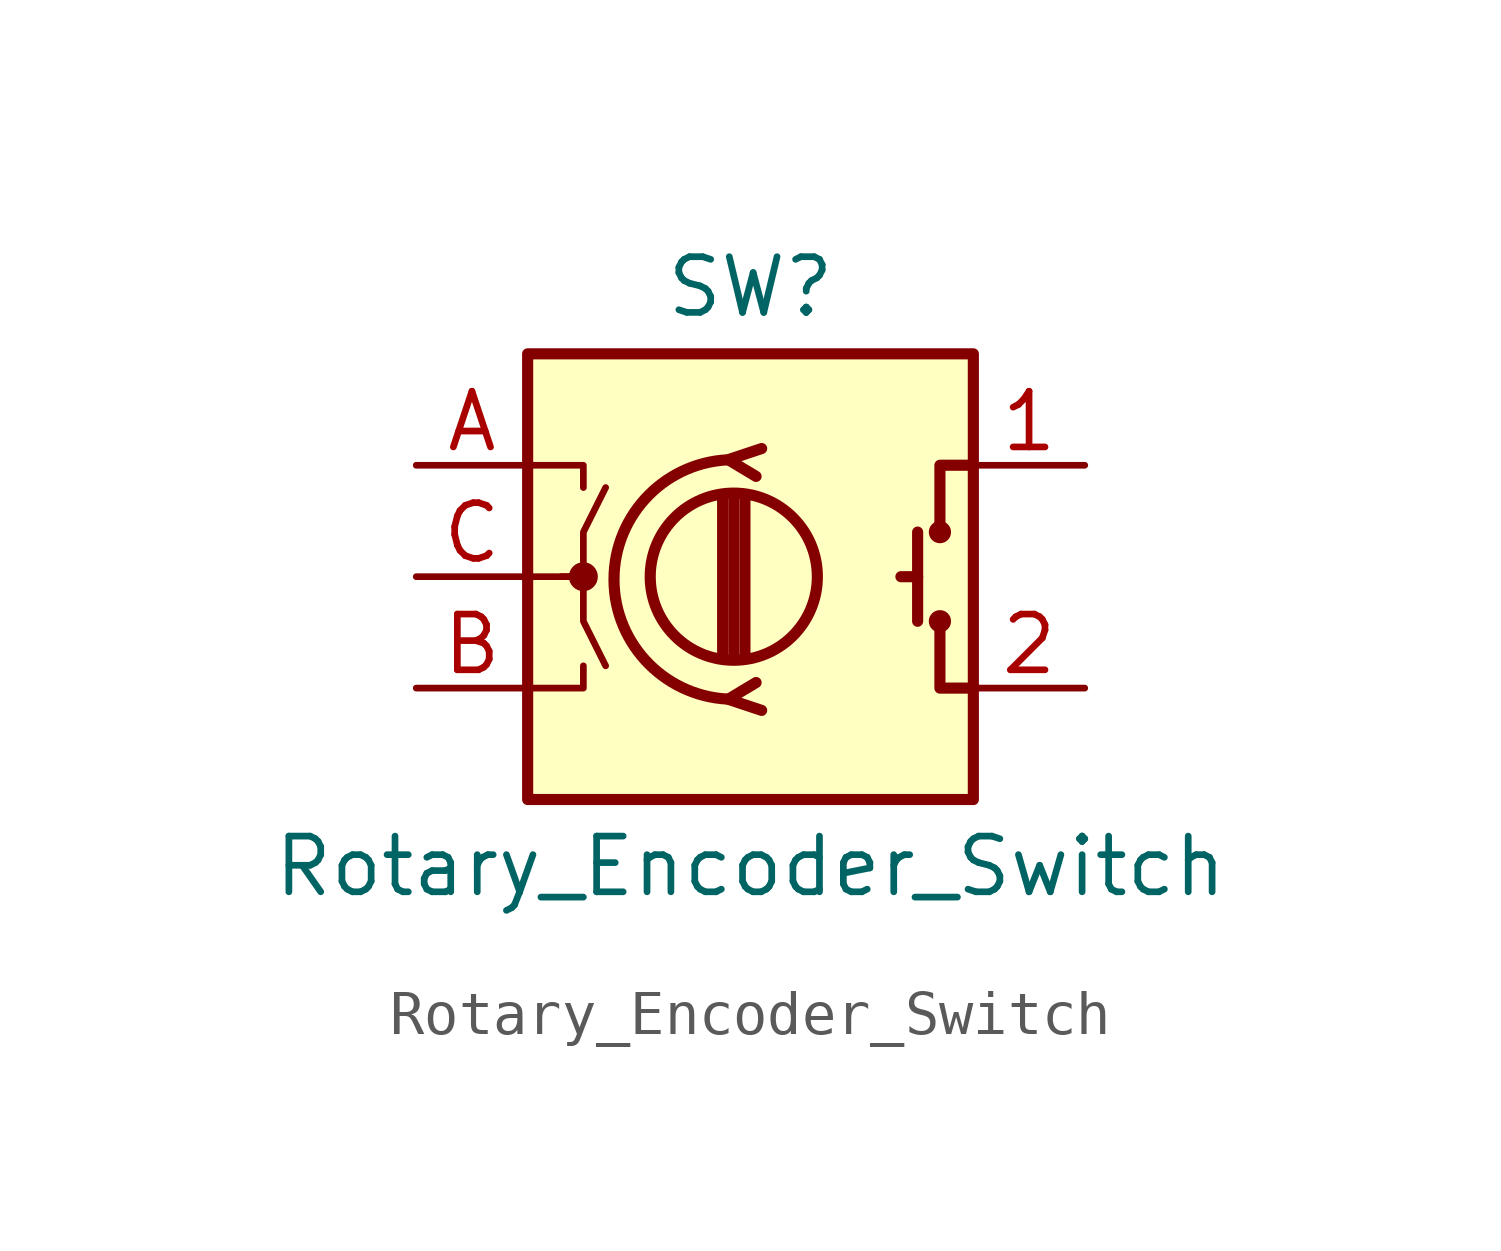
<source format=kicad_sym>
(kicad_symbol_lib
  (version 20220914)
  (generator kicad_symbol_editor)
  (symbol "Rotary_Encoder_Switch"
    (pin_names
      (offset 0.254) hide)
    (property "Reference" "SW"
      (at 0 6.604 0)
      (effects (font (size 1.27 1.27))))
    (property "Value" "Rotary_Encoder_Switch"
      (at 0 -6.604 0)
      (effects (font (size 1.27 1.27))))
    (symbol "Rotary_Encoder_Switch_0_1"
      (rectangle (start -5.08 5.08) (end 5.08 -5.08) (stroke (width 0.254) (type default)) (fill (type background)))
      (circle (center -3.81 0) (radius 0.254) (stroke (width 0) (type default)) (fill (type outline)))
      (circle (center -0.381 0) (radius 1.905) (stroke (width 0.254) (type default)) (fill (type none)))
      (arc (start -0.381 2.667) (mid -3.0988 -0.0635) (end -0.381 -2.794) (stroke (width 0.254) (type default)) (fill (type none)))
      (polyline (pts (xy -0.635 -1.778) (xy -0.635 1.778)) (stroke (width 0.254) (type default)) (fill (type none)))
      (polyline (pts (xy -0.381 -1.778) (xy -0.381 1.778)) (stroke (width 0.254) (type default)) (fill (type none)))
      (polyline (pts (xy -0.127 1.778) (xy -0.127 -1.778)) (stroke (width 0.254) (type default)) (fill (type none)))
      (polyline (pts (xy 3.81 0) (xy 3.429 0)) (stroke (width 0.254) (type default)) (fill (type none)))
      (polyline (pts (xy 3.81 1.016) (xy 3.81 -1.016)) (stroke (width 0.254) (type default)) (fill (type none)))
      (polyline (pts (xy -5.08 -2.54) (xy -3.81 -2.54) (xy -3.81 -2.032)) (stroke (width 0) (type default)) (fill (type none)))
      (polyline (pts (xy -5.08 2.54) (xy -3.81 2.54) (xy -3.81 2.032)) (stroke (width 0) (type default)) (fill (type none)))
      (polyline (pts (xy 0.254 -3.048) (xy -0.508 -2.794) (xy 0.127 -2.413)) (stroke (width 0.254) (type default)) (fill (type none)))
      (polyline (pts (xy 0.254 2.921) (xy -0.508 2.667) (xy 0.127 2.286)) (stroke (width 0.254) (type default)) (fill (type none)))
      (polyline (pts (xy 5.08 -2.54) (xy 4.318 -2.54) (xy 4.318 -1.016)) (stroke (width 0.254) (type default)) (fill (type none)))
      (polyline (pts (xy 5.08 2.54) (xy 4.318 2.54) (xy 4.318 1.016)) (stroke (width 0.254) (type default)) (fill (type none)))
      (polyline (pts (xy -5.08 0) (xy -3.81 0) (xy -3.81 -1.016) (xy -3.302 -2.032)) (stroke (width 0) (type default)) (fill (type none)))
      (polyline (pts (xy -4.318 0) (xy -3.81 0) (xy -3.81 1.016) (xy -3.302 2.032)) (stroke (width 0) (type default)) (fill (type none)))
      (circle (center 4.318 -1.016) (radius 0.127) (stroke (width 0.254) (type default)) (fill (type none)))
      (circle (center 4.318 1.016) (radius 0.127) (stroke (width 0.254) (type default)) (fill (type none))))
    (symbol "Rotary_Encoder_Switch_1_1"
      (pin passive line (at 7.62 2.54 180) (length 2.54) (name "S1" (effects (font (size 1.27 1.27)))) (number "1" (effects (font (size 1.27 1.27)))))
      (pin passive line (at 7.62 -2.54 180) (length 2.54) (name "S2" (effects (font (size 1.27 1.27)))) (number "2" (effects (font (size 1.27 1.27)))))
      (pin passive line (at -7.62 2.54 0) (length 2.54) (name "A" (effects (font (size 1.27 1.27)))) (number "A" (effects (font (size 1.27 1.27)))))
      (pin passive line (at -7.62 -2.54 0) (length 2.54) (name "B" (effects (font (size 1.27 1.27)))) (number "B" (effects (font (size 1.27 1.27)))))
      (pin passive line (at -7.62 0 0) (length 2.54) (name "C" (effects (font (size 1.27 1.27)))) (number "C" (effects (font (size 1.27 1.27))))))))
</source>
